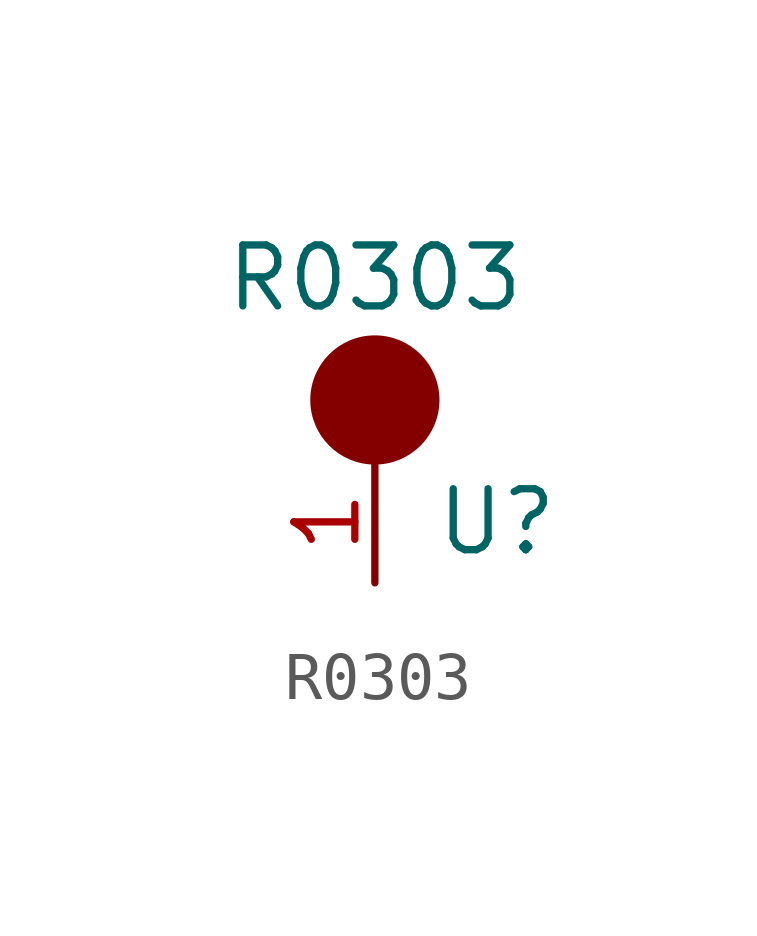
<source format=kicad_sym>
(kicad_symbol_lib
  (version 20211014)
  (generator kicad_symbol_editor)
  (symbol "R0303"
    (pin_names hide)
    (property "Reference" "U"
      (at 2.54 -2.54 0)
      (effects (font (size 1.27 1.27))))
    (property "Value" "R0303"
      (at 0 2.54 0)
      (effects (font (size 1.27 1.27))))
    (symbol "R0303_0_1"
      (circle (center 0 0) (radius 1.27) (stroke (width 0) (type default) (color 0 0 0 0)) (fill (type outline))))
    (symbol "R0303_1_1"
      (pin input line (at 0 -3.81 90) (length 2.54) (name "1" (effects (font (size 1.27 1.27)))) (number "1" (effects (font (size 1.27 1.27))))))))
</source>
